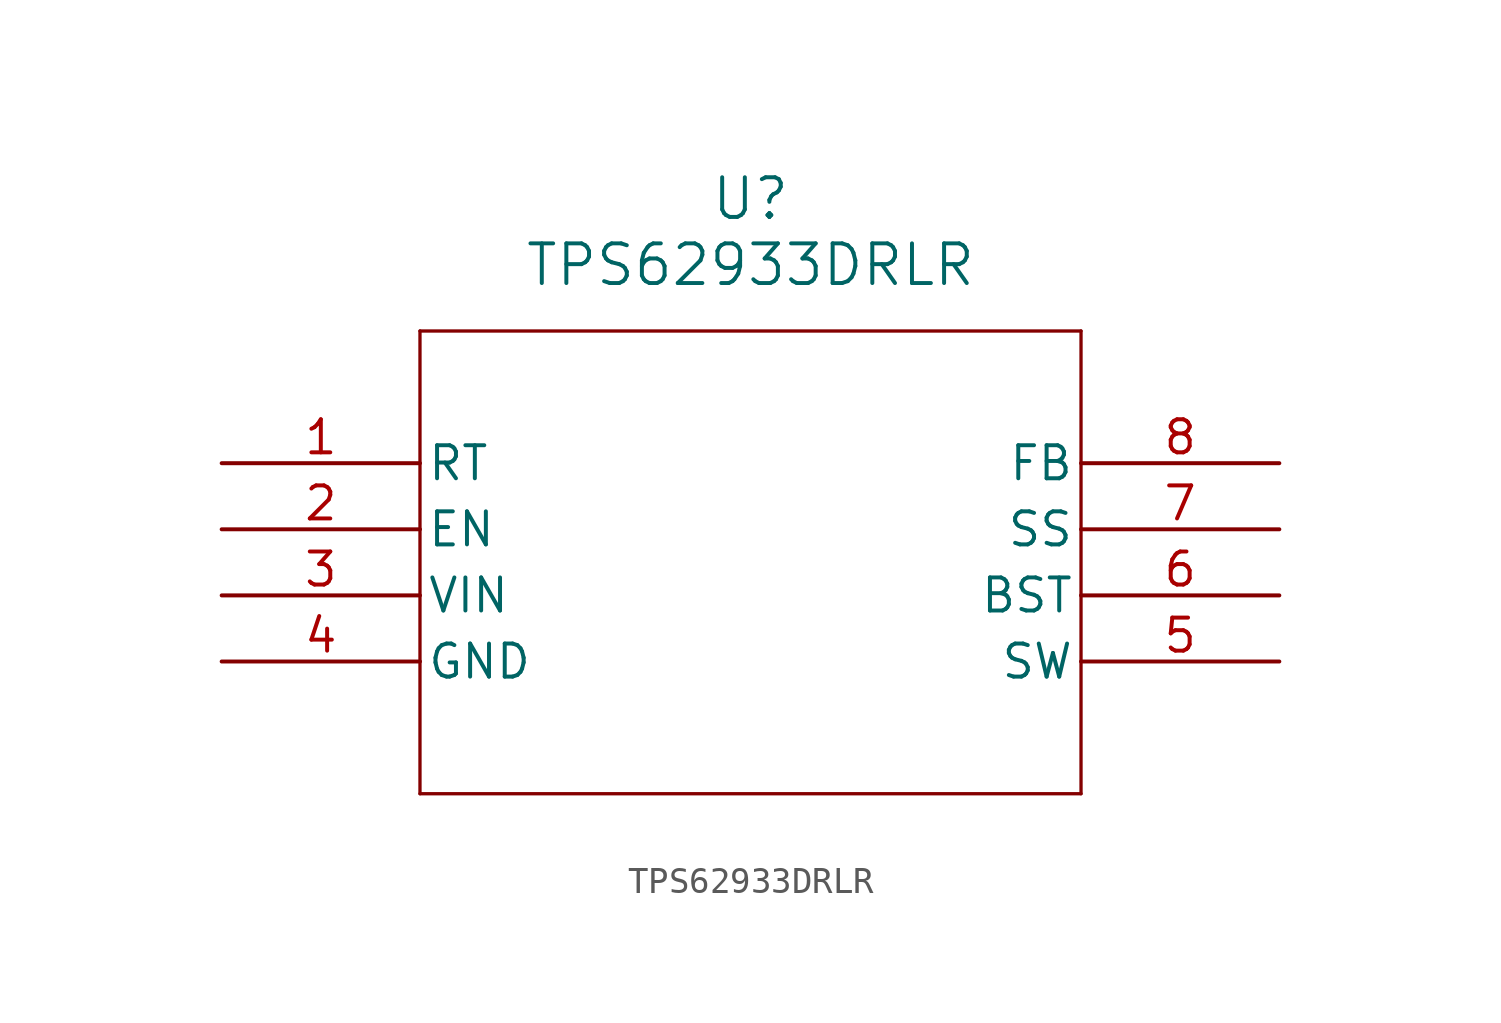
<source format=kicad_sym>
(kicad_symbol_lib
  (version 20211014)
  (generator kicad_symbol_editor)
  (symbol "TPS62933DRLR"
    (pin_names
      (offset 0.254))
    (property "Reference" "U"
      (at 20.32 10.16 0)
      (effects (font (size 1.524 1.524))))
    (property "Value" "TPS62933DRLR"
      (at 20.32 7.62 0)
      (effects (font (size 1.524 1.524))))
    (symbol "TPS62933DRLR_0_1"
      (polyline (pts (xy 7.62 5.08) (xy 7.62 -12.7)) (stroke (width 0.127) (type default) (color 0 0 0 0)) (fill (type none)))
      (polyline (pts (xy 7.62 -12.7) (xy 33.02 -12.7)) (stroke (width 0.127) (type default) (color 0 0 0 0)) (fill (type none)))
      (polyline (pts (xy 33.02 -12.7) (xy 33.02 5.08)) (stroke (width 0.127) (type default) (color 0 0 0 0)) (fill (type none)))
      (polyline (pts (xy 33.02 5.08) (xy 7.62 5.08)) (stroke (width 0.127) (type default) (color 0 0 0 0)) (fill (type none)))
      (pin unspecified line (at 0 0 0) (length 7.62) (name "RT" (effects (font (size 1.27 1.27)))) (number "1" (effects (font (size 1.27 1.27)))))
      (pin unspecified line (at 0 -2.54 0) (length 7.62) (name "EN" (effects (font (size 1.27 1.27)))) (number "2" (effects (font (size 1.27 1.27)))))
      (pin power_in line (at 0 -5.08 0) (length 7.62) (name "VIN" (effects (font (size 1.27 1.27)))) (number "3" (effects (font (size 1.27 1.27)))))
      (pin power_out line (at 0 -7.62 0) (length 7.62) (name "GND" (effects (font (size 1.27 1.27)))) (number "4" (effects (font (size 1.27 1.27)))))
      (pin power_in line (at 40.64 -7.62 180) (length 7.62) (name "SW" (effects (font (size 1.27 1.27)))) (number "5" (effects (font (size 1.27 1.27)))))
      (pin power_in line (at 40.64 -5.08 180) (length 7.62) (name "BST" (effects (font (size 1.27 1.27)))) (number "6" (effects (font (size 1.27 1.27)))))
      (pin unspecified line (at 40.64 -2.54 180) (length 7.62) (name "SS" (effects (font (size 1.27 1.27)))) (number "7" (effects (font (size 1.27 1.27)))))
      (pin unspecified line (at 40.64 0 180) (length 7.62) (name "FB" (effects (font (size 1.27 1.27)))) (number "8" (effects (font (size 1.27 1.27))))))))
</source>
